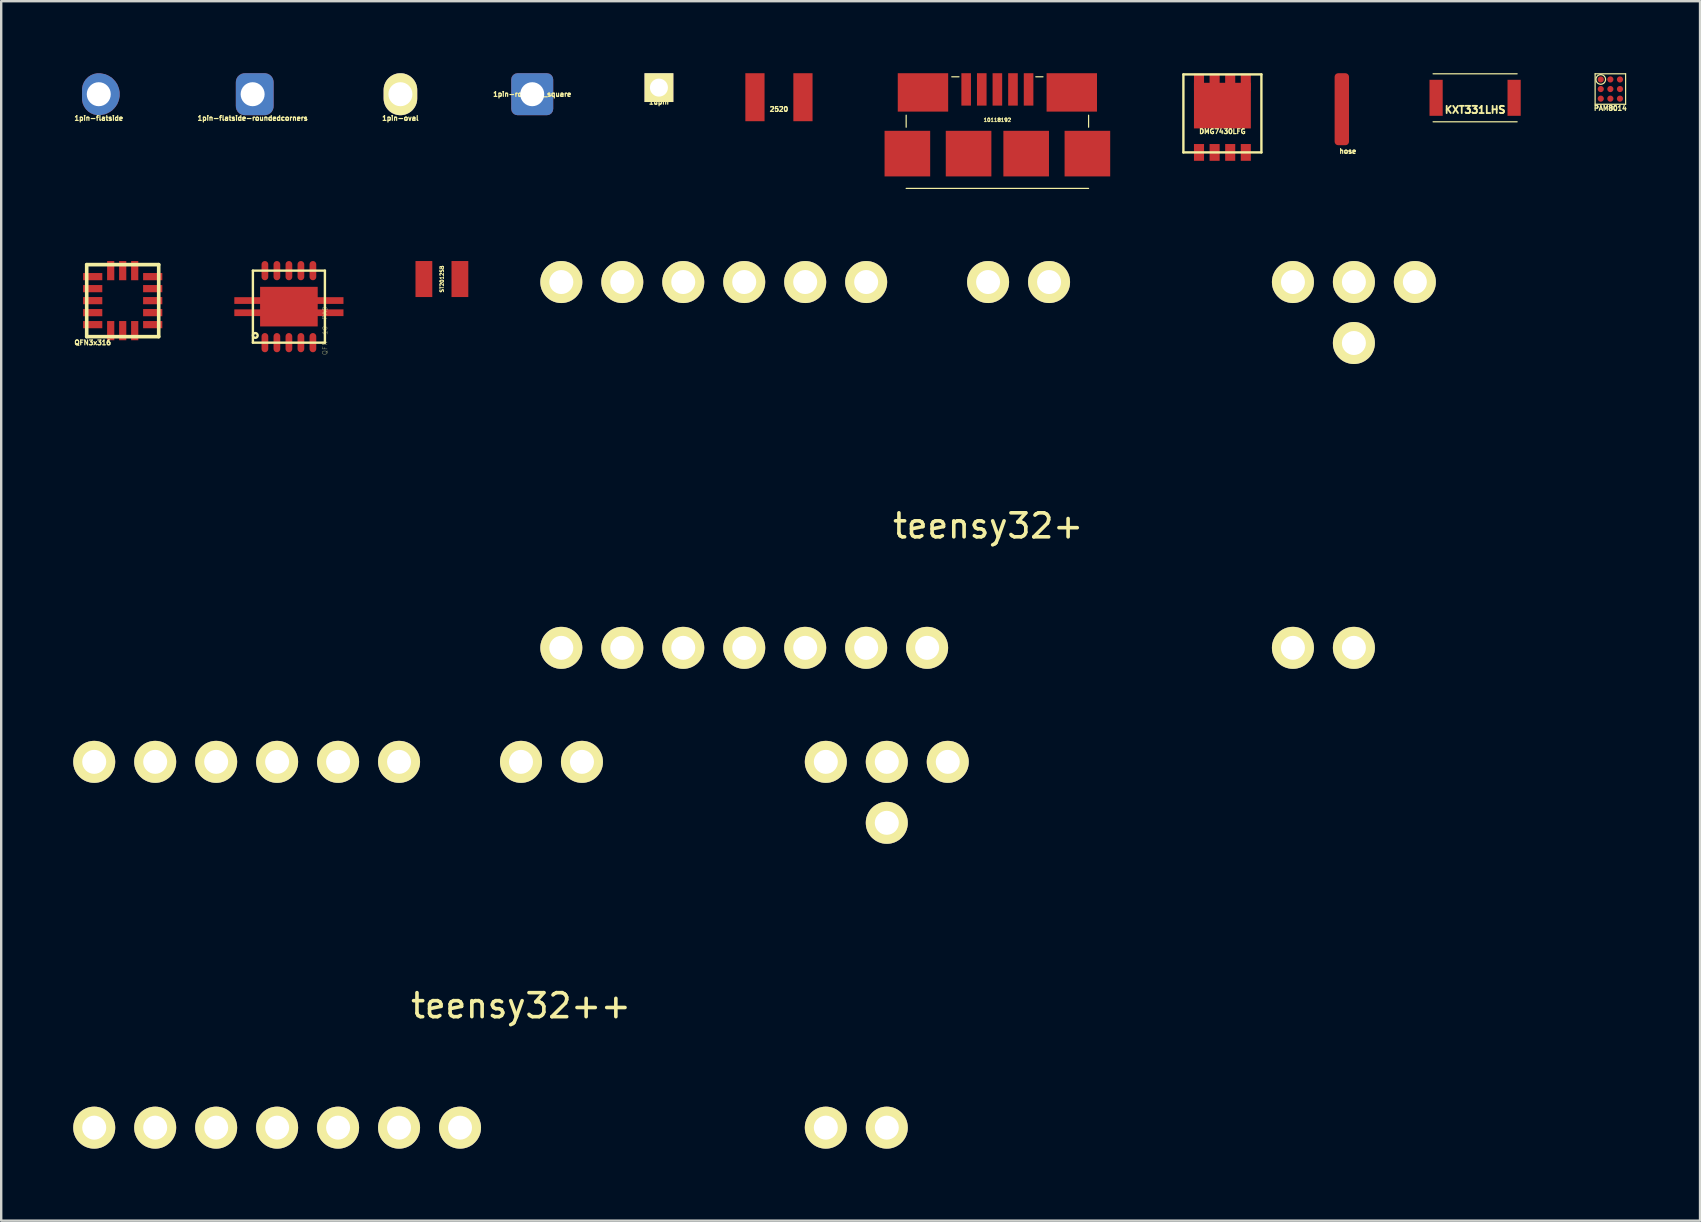
<source format=kicad_pcb>
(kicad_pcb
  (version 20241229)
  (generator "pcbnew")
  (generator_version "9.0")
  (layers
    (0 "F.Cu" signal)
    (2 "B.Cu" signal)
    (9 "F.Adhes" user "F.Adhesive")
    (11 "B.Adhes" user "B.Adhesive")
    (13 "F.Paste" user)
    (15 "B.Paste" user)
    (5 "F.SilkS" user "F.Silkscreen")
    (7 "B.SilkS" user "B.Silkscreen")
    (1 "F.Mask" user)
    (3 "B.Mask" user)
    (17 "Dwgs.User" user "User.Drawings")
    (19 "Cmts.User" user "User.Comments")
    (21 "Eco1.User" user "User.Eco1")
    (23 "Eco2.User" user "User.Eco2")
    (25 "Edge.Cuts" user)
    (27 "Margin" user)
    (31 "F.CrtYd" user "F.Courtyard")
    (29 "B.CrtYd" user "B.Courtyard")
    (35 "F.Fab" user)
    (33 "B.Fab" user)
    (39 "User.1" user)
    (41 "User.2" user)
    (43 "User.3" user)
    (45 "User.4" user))
  (footprint "teensy32++"
    (layer "F.Cu")
    (at 18.655 36.31)
    (property "Reference" "teensy32++" (at 0 2.54 0) (layer "F.SilkS") (effects (font (size 1 1) (thickness 0.15))))
    (attr through_hole)
    (pad "0" thru_hole circle (at -15.24 7.62) (size 1.75 1.75) (drill 1) (layers "*.Cu" "*.Mask" "F.SilkS"))
    (pad "1" thru_hole circle (at -12.7 7.62) (size 1.75 1.75) (drill 1) (layers "*.Cu" "*.Mask" "F.SilkS"))
    (pad "2" thru_hole circle (at -10.16 7.62) (size 1.75 1.75) (drill 1) (layers "*.Cu" "*.Mask" "F.SilkS"))
    (pad "3" thru_hole circle (at -7.62 7.62) (size 1.75 1.75) (drill 1) (layers "*.Cu" "*.Mask" "F.SilkS"))
    (pad "4" thru_hole circle (at -5.08 7.62) (size 1.75 1.75) (drill 1) (layers "*.Cu" "*.Mask" "F.SilkS"))
    (pad "5" thru_hole circle (at -2.54 7.62) (size 1.75 1.75) (drill 1) (layers "*.Cu" "*.Mask" "F.SilkS"))
    (pad "11" thru_hole circle (at 12.7 7.62) (size 1.75 1.75) (drill 1) (layers "*.Cu" "*.Mask" "F.SilkS"))
    (pad "12" thru_hole circle (at 15.24 7.62) (size 1.75 1.75) (drill 1) (layers "*.Cu" "*.Mask" "F.SilkS"))
    (pad "13" thru_hole circle (at 15.24 -7.62) (size 1.75 1.75) (drill 1) (layers "*.Cu" "*.Mask" "F.SilkS"))
    (pad "14" thru_hole circle (at 12.7 -7.62) (size 1.75 1.75) (drill 1) (layers "*.Cu" "*.Mask" "F.SilkS"))
    (pad "18" thru_hole circle (at 2.54 -7.62) (size 1.75 1.75) (drill 1) (layers "*.Cu" "*.Mask" "F.SilkS"))
    (pad "19" thru_hole circle (at 0 -7.62) (size 1.75 1.75) (drill 1) (layers "*.Cu" "*.Mask" "F.SilkS"))
    (pad "21" thru_hole circle (at -5.08 -7.62) (size 1.75 1.75) (drill 1) (layers "*.Cu" "*.Mask" "F.SilkS"))
    (pad "22" thru_hole circle (at -7.62 -7.62) (size 1.75 1.75) (drill 1) (layers "*.Cu" "*.Mask" "F.SilkS"))
    (pad "23" thru_hole circle (at -10.16 -7.62) (size 1.75 1.75) (drill 1) (layers "*.Cu" "*.Mask" "F.SilkS"))
    (pad "24" thru_hole circle (at -12.7 -7.62) (size 1.75 1.75) (drill 1) (layers "*.Cu" "*.Mask" "F.SilkS"))
    (pad "25" thru_hole circle (at -15.24 -7.62) (size 1.75 1.75) (drill 1) (layers "*.Cu" "*.Mask" "F.SilkS"))
    (pad "26" thru_hole circle (at -17.78 -7.62) (size 1.75 1.75) (drill 1) (layers "*.Cu" "*.Mask" "F.SilkS"))
    (pad "27" thru_hole circle (at -17.78 7.62) (size 1.75 1.75) (drill 1) (layers "*.Cu" "*.Mask" "F.SilkS"))
    (pad "28" thru_hole circle (at 15.24 -5.08) (size 1.75 1.75) (drill 1) (layers "*.Cu" "*.Mask" "F.SilkS"))
    (pad "28" thru_hole circle (at 17.78 -7.62) (size 1.75 1.75) (drill 1) (layers "*.Cu" "*.Mask" "F.SilkS")))
  (footprint "ST2012SB"
    (layer "F.Cu")
    (at 15.36 8.575)
    (property "Reference" "ST2012SB" (at 0 0 90) (layer "F.SilkS") (effects (font (size 0.15 0.15) (thickness 0.037))))
    (attr smd)
    (pad "1" smd rect (at -0.75 0) (size 0.7 1.5) (layers "F.Cu" "F.Mask" "F.Paste"))
    (pad "2" smd rect (at 0.75 0) (size 0.7 1.5) (layers "F.Cu" "F.Mask" "F.Paste")))
  (footprint "teensy32+"
    (layer "F.Cu")
    (at 38.115 16.32)
    (property "Reference" "teensy32+" (at 0 2.54 0) (layer "F.SilkS") (effects (font (size 1 1) (thickness 0.15))))
    (attr through_hole)
    (pad "0" thru_hole circle (at -15.24 7.62) (size 1.75 1.75) (drill 1) (layers "*.Cu" "*.Mask" "F.SilkS"))
    (pad "1" thru_hole circle (at -12.7 7.62) (size 1.75 1.75) (drill 1) (layers "*.Cu" "*.Mask" "F.SilkS"))
    (pad "2" thru_hole circle (at -10.16 7.62) (size 1.75 1.75) (drill 1) (layers "*.Cu" "*.Mask" "F.SilkS"))
    (pad "3" thru_hole circle (at -7.62 7.62) (size 1.75 1.75) (drill 1) (layers "*.Cu" "*.Mask" "F.SilkS"))
    (pad "4" thru_hole circle (at -5.08 7.62) (size 1.75 1.75) (drill 1) (layers "*.Cu" "*.Mask" "F.SilkS"))
    (pad "5" thru_hole circle (at -2.54 7.62) (size 1.75 1.75) (drill 1) (layers "*.Cu" "*.Mask" "F.SilkS"))
    (pad "11" thru_hole circle (at 12.7 7.62) (size 1.75 1.75) (drill 1) (layers "*.Cu" "*.Mask" "F.SilkS"))
    (pad "12" thru_hole circle (at 15.24 7.62) (size 1.75 1.75) (drill 1) (layers "*.Cu" "*.Mask" "F.SilkS"))
    (pad "13" thru_hole circle (at 15.24 -7.62) (size 1.75 1.75) (drill 1) (layers "*.Cu" "*.Mask" "F.SilkS"))
    (pad "14" thru_hole circle (at 12.7 -7.62) (size 1.75 1.75) (drill 1) (layers "*.Cu" "*.Mask" "F.SilkS"))
    (pad "18" thru_hole circle (at 2.54 -7.62) (size 1.75 1.75) (drill 1) (layers "*.Cu" "*.Mask" "F.SilkS"))
    (pad "19" thru_hole circle (at 0 -7.62) (size 1.75 1.75) (drill 1) (layers "*.Cu" "*.Mask" "F.SilkS"))
    (pad "21" thru_hole circle (at -5.08 -7.62) (size 1.75 1.75) (drill 1) (layers "*.Cu" "*.Mask" "F.SilkS"))
    (pad "22" thru_hole circle (at -7.62 -7.62) (size 1.75 1.75) (drill 1) (layers "*.Cu" "*.Mask" "F.SilkS"))
    (pad "23" thru_hole circle (at -10.16 -7.62) (size 1.75 1.75) (drill 1) (layers "*.Cu" "*.Mask" "F.SilkS"))
    (pad "24" thru_hole circle (at -12.7 -7.62) (size 1.75 1.75) (drill 1) (layers "*.Cu" "*.Mask" "F.SilkS"))
    (pad "25" thru_hole circle (at -15.24 -7.62) (size 1.75 1.75) (drill 1) (layers "*.Cu" "*.Mask" "F.SilkS"))
    (pad "26" thru_hole circle (at -17.78 -7.62) (size 1.75 1.75) (drill 1) (layers "*.Cu" "*.Mask" "F.SilkS"))
    (pad "27" thru_hole circle (at -17.78 7.62) (size 1.75 1.75) (drill 1) (layers "*.Cu" "*.Mask" "F.SilkS"))
    (pad "28" thru_hole circle (at 15.24 -5.08) (size 1.75 1.75) (drill 1) (layers "*.Cu" "*.Mask" "F.SilkS"))
    (pad "28" thru_hole circle (at 17.78 -7.62) (size 1.75 1.75) (drill 1) (layers "*.Cu" "*.Mask" "F.SilkS")))
  (footprint "DMG7430LFG"
    (layer "F.Cu")
    (at 47.877 1.675)
    (property "Reference" "DMG7430LFG" (at 0 0.75 0) (layer "F.SilkS") (effects (font (size 0.2 0.2) (thickness 0.05))))
    (attr smd)
    (fp_line (start -1.625 -1.625) (end -1.625 1.625) (stroke (width 0.1) (type solid)) (layer "F.SilkS"))
    (fp_line (start -1.625 1.625) (end 1.625 1.625) (stroke (width 0.1) (type solid)) (layer "F.SilkS"))
    (fp_line (start 1.625 -1.625) (end -1.625 -1.625) (stroke (width 0.1) (type solid)) (layer "F.SilkS"))
    (fp_line (start 1.625 1.625) (end 1.625 -1.625) (stroke (width 0.1) (type solid)) (layer "F.SilkS"))
    (pad "1" smd rect (at -0.975 -1.3) (size 0.42 0.7) (layers "F.Cu" "F.Mask" "F.Paste"))
    (pad "1" smd rect (at -0.325 -1.3) (size 0.42 0.7) (layers "F.Cu" "F.Mask" "F.Paste"))
    (pad "1" smd rect (at 0 -0.325) (size 2.37 1.9) (layers "F.Cu" "F.Mask" "F.Paste"))
    (pad "1" smd rect (at 0.325 -1.3) (size 0.42 0.7) (layers "F.Cu" "F.Mask" "F.Paste"))
    (pad "1" smd rect (at 0.975 -1.3) (size 0.42 0.7) (layers "F.Cu" "F.Mask" "F.Paste"))
    (pad "2" smd rect (at 0.975 1.625) (size 0.42 0.7) (layers "F.Cu" "F.Mask" "F.Paste"))
    (pad "3" smd rect (at -0.975 1.625) (size 0.42 0.7) (layers "F.Cu" "F.Mask" "F.Paste"))
    (pad "3" smd rect (at -0.325 1.625) (size 0.42 0.7) (layers "F.Cu" "F.Mask" "F.Paste"))
    (pad "3" smd rect (at 0.325 1.625) (size 0.42 0.7) (layers "F.Cu" "F.Mask" "F.Paste")))
  (footprint "QFN3x316"
    (layer "F.Cu")
    (at 2.062 9.475)
    (property "Reference" "QFN3x316" (at -1.25 1.75 0) (layer "F.SilkS") (effects (font (size 0.2 0.2) (thickness 0.05))))
    (attr smd)
    (fp_line (start -1.5 -1.5) (end 1.5 -1.5) (stroke (width 0.15) (type solid)) (layer "F.SilkS"))
    (fp_line (start -1.5 1.5) (end -1.5 -1.5) (stroke (width 0.15) (type solid)) (layer "F.SilkS"))
    (fp_line (start 1.5 -1.5) (end 1.5 1.5) (stroke (width 0.15) (type solid)) (layer "F.SilkS"))
    (fp_line (start 1.5 1.5) (end -1.5 1.5) (stroke (width 0.15) (type solid)) (layer "F.SilkS"))
    (pad "1" smd rect (at -1.25 -1) (size 0.8 0.3) (layers "F.Cu" "F.Mask" "F.Paste"))
    (pad "2" smd rect (at -1.25 -0.5) (size 0.8 0.3) (layers "F.Cu" "F.Mask" "F.Paste"))
    (pad "3" smd rect (at -1.25 0) (size 0.8 0.3) (layers "F.Cu" "F.Mask" "F.Paste"))
    (pad "4" smd rect (at -1.25 0.5) (size 0.8 0.3) (layers "F.Cu" "F.Mask" "F.Paste"))
    (pad "5" smd rect (at -1.25 1) (size 0.8 0.3) (layers "F.Cu" "F.Mask" "F.Paste"))
    (pad "6" smd rect (at -0.5 1.25) (size 0.3 0.8) (layers "F.Cu" "F.Mask" "F.Paste"))
    (pad "7" smd rect (at 0 1.25) (size 0.3 0.8) (layers "F.Cu" "F.Mask" "F.Paste"))
    (pad "8" smd rect (at 0.5 1.25) (size 0.3 0.8) (layers "F.Cu" "F.Mask" "F.Paste"))
    (pad "9" smd rect (at 1.25 1) (size 0.8 0.3) (layers "F.Cu" "F.Mask" "F.Paste"))
    (pad "10" smd rect (at 1.25 0.5) (size 0.8 0.3) (layers "F.Cu" "F.Mask" "F.Paste"))
    (pad "11" smd rect (at 1.25 0) (size 0.8 0.3) (layers "F.Cu" "F.Mask" "F.Paste"))
    (pad "12" smd rect (at 1.25 -0.5) (size 0.8 0.3) (layers "F.Cu" "F.Mask" "F.Paste"))
    (pad "13" smd rect (at 1.25 -1) (size 0.8 0.3) (layers "F.Cu" "F.Mask" "F.Paste"))
    (pad "14" smd rect (at 0.5 -1.25) (size 0.3 0.8) (layers "F.Cu" "F.Mask" "F.Paste"))
    (pad "15" smd rect (at 0 -1.25) (size 0.3 0.8) (layers "F.Cu" "F.Mask" "F.Paste"))
    (pad "16" smd rect (at -0.5 -1.25) (size 0.3 0.8) (layers "F.Cu" "F.Mask" "F.Paste")))
  (footprint "2520"
    (layer "F.Cu")
    (at 29.402 1)
    (property "Reference" "2520" (at 0 0.5 0) (layer "F.SilkS") (effects (font (size 0.2 0.2) (thickness 0.05))))
    (attr smd)
    (pad "1" smd rect (at -1 0) (size 0.8 2) (layers "F.Cu" "F.Mask" "F.Paste"))
    (pad "2" smd rect (at 1 0) (size 0.8 2) (layers "F.Cu" "F.Mask" "F.Paste")))
  (footprint "1upin"
    (layer "F.Cu")
    (at 24.402 0.6)
    (property "Reference" "1upin" (at 0 0.6 0) (layer "F.SilkS") (effects (font (size 0.2 0.2) (thickness 0.05))))
    (attr exclude_from_pos_files exclude_from_bom)
    (pad "1" thru_hole rect (at 0 0) (size 1.2 1.2) (drill 0.75) (layers "*.Cu" "*.Mask" "F.SilkS")))
  (footprint "QFN-10-PAD"
    (layer "F.Cu")
    (at 8.986 9.725)
    (property "Reference" "QFN-10-PAD" (at 1.5 1 90) (layer "F.SilkS") (effects (font (size 0.2 0.2) (thickness 0.01))))
    (attr smd)
    (fp_line (start -1.5 -1.5) (end 1.5 -1.5) (stroke (width 0.1) (type solid)) (layer "F.SilkS"))
    (fp_line (start -1.5 1.5) (end -1.5 -1.5) (stroke (width 0.1) (type solid)) (layer "F.SilkS"))
    (fp_line (start 1.5 -1.5) (end 1.5 1.5) (stroke (width 0.1) (type solid)) (layer "F.SilkS"))
    (fp_line (start 1.5 1.5) (end -1.5 1.5) (stroke (width 0.1) (type solid)) (layer "F.SilkS"))
    (fp_circle (center -1.4 1.2) (end -1.5 1.2) (stroke (width 0.1) (type solid)) (fill no) (layer "F.SilkS"))
    (pad "1" smd oval (at -1 1.5) (size 0.28 0.8) (layers "F.Cu" "F.Mask" "F.Paste"))
    (pad "2" smd oval (at -0.5 1.5) (size 0.28 0.8) (layers "F.Cu" "F.Mask" "F.Paste"))
    (pad "3" smd oval (at 0 1.5) (size 0.28 0.8) (layers "F.Cu" "F.Mask" "F.Paste"))
    (pad "4" smd oval (at 0.5 1.5) (size 0.28 0.8) (layers "F.Cu" "F.Mask" "F.Paste"))
    (pad "5" smd oval (at 1 1.5) (size 0.28 0.8) (layers "F.Cu" "F.Mask" "F.Paste"))
    (pad "6" smd oval (at 1 -1.5) (size 0.28 0.8) (layers "F.Cu" "F.Mask" "F.Paste"))
    (pad "7" smd oval (at 0.5 -1.5) (size 0.28 0.8) (layers "F.Cu" "F.Mask" "F.Paste"))
    (pad "8" smd oval (at 0 -1.5) (size 0.28 0.8) (layers "F.Cu" "F.Mask" "F.Paste"))
    (pad "9" smd oval (at -0.5 -1.5) (size 0.28 0.8) (layers "F.Cu" "F.Mask" "F.Paste"))
    (pad "10" smd oval (at -1 -1.5) (size 0.28 0.8) (layers "F.Cu" "F.Mask" "F.Paste"))
    (pad "11" smd rect (at 0 0) (size 2.4 1.65) (layers "F.Cu" "F.Mask" "F.Paste"))
    (pad "12" smd rect (at -1.524 -0.254) (size 1.5 0.28) (layers "F.Cu" "F.Mask" "F.Paste"))
    (pad "13" smd rect (at -1.524 0.254) (size 1.5 0.28) (layers "F.Cu" "F.Mask" "F.Paste"))
    (pad "14" smd rect (at 1.524 -0.254) (size 1.5 0.28) (layers "F.Cu" "F.Mask" "F.Paste"))
    (pad "15" smd rect (at 1.524 0.254) (size 1.5 0.28) (layers "F.Cu" "F.Mask" "F.Paste")))
  (footprint "1pin-rounded_square"
    (layer "F.Cu")
    (at 19.123 0.875)
    (property "Reference" "1pin-rounded_square" (at 0 0 0) (layer "F.SilkS") (effects (font (size 0.2 0.2) (thickness 0.05))))
    (attr through_hole)
    (pad "1" thru_hole roundrect (at 0 0) (size 1.75 1.75) (drill 1) (layers "*.Cu" "*.Mask") (roundrect_rratio 0.15)))
  (footprint "10118192"
    (layer "F.Cu")
    (at 38.502 3.35)
    (property "Reference" "10118192" (at 0 -1.4 0) (layer "F.SilkS") (effects (font (size 0.15 0.15) (thickness 0.037))))
    (attr smd)
    (fp_line (start -3.8 -1.6) (end -3.8 -1.1) (stroke (width 0.05) (type solid)) (layer "F.SilkS"))
    (fp_line (start -1.9 -3.2) (end -1.6 -3.2) (stroke (width 0.05) (type solid)) (layer "F.SilkS"))
    (fp_line (start 1.6 -3.2) (end 1.9 -3.2) (stroke (width 0.05) (type solid)) (layer "F.SilkS"))
    (fp_line (start 3.8 -1.6) (end 3.8 -1.1) (stroke (width 0.05) (type solid)) (layer "F.SilkS"))
    (fp_line (start 3.8 1.45) (end -3.8 1.45) (stroke (width 0.05) (type solid)) (layer "F.SilkS"))
    (pad "1" smd rect (at -1.3 -2.675) (size 0.4 1.35) (layers "F.Cu" "F.Mask" "F.Paste"))
    (pad "2" smd rect (at -0.65 -2.675) (size 0.4 1.35) (layers "F.Cu" "F.Mask" "F.Paste"))
    (pad "3" smd rect (at 0 -2.675) (size 0.4 1.35) (layers "F.Cu" "F.Mask" "F.Paste"))
    (pad "4" smd rect (at 0.65 -2.675) (size 0.4 1.35) (layers "F.Cu" "F.Mask" "F.Paste"))
    (pad "5" smd rect (at 1.3 -2.675) (size 0.4 1.35) (layers "F.Cu" "F.Mask" "F.Paste"))
    (pad "6" smd rect (at -3.75 0) (size 1.9 1.9) (layers "F.Cu" "F.Mask" "F.Paste"))
    (pad "6" smd rect (at -3.1 -2.55) (size 2.1 1.6) (layers "F.Cu" "F.Mask" "F.Paste"))
    (pad "6" smd rect (at -1.2 0) (size 1.9 1.9) (layers "F.Cu" "F.Mask" "F.Paste"))
    (pad "6" smd rect (at 1.2 0) (size 1.9 1.9) (layers "F.Cu" "F.Mask" "F.Paste"))
    (pad "6" smd rect (at 3.1 -2.55) (size 2.1 1.6) (layers "F.Cu" "F.Mask" "F.Paste"))
    (pad "6" smd rect (at 3.75 0) (size 1.9 1.9) (layers "F.Cu" "F.Mask" "F.Paste")))
  (footprint "1pin-oval"
    (layer "F.Cu")
    (at 13.632 0.875)
    (property "Reference" "1pin-oval" (at 0 1 0) (layer "F.SilkS") (effects (font (size 0.2 0.2) (thickness 0.05))))
    (attr through_hole)
    (pad "1" thru_hole oval (at 0 0) (size 1.4 1.75) (drill 1) (layers "*.Cu" "*.Mask" "F.SilkS")))
  (footprint "PAM8014"
    (layer "F.Cu")
    (at 64.04 0.66)
    (property "Reference" "PAM8014" (at 0 0.8 0) (layer "F.SilkS") (effects (font (size 0.2 0.2) (thickness 0.05))))
    (attr through_hole)
    (fp_line (start -0.635 -0.635) (end 0.635 -0.635) (stroke (width 0.05) (type solid)) (layer "F.SilkS"))
    (fp_line (start -0.635 0.635) (end -0.635 -0.635) (stroke (width 0.05) (type solid)) (layer "F.SilkS"))
    (fp_line (start 0.635 -0.635) (end 0.635 0.635) (stroke (width 0.05) (type solid)) (layer "F.SilkS"))
    (fp_line (start 0.635 0.635) (end -0.635 0.635) (stroke (width 0.05) (type solid)) (layer "F.SilkS"))
    (fp_circle (center -0.4 -0.4) (end -0.6 -0.4) (stroke (width 0.05) (type solid)) (fill no) (layer "F.SilkS"))
    (pad "A1" smd circle (at -0.4 -0.4) (size 0.258 0.258) (layers "F.Cu" "F.Mask" "F.Paste"))
    (pad "A2" smd circle (at 0 -0.4) (size 0.258 0.258) (layers "F.Cu" "F.Mask" "F.Paste"))
    (pad "A3" smd circle (at 0.4 -0.4) (size 0.258 0.258) (layers "F.Cu" "F.Mask" "F.Paste"))
    (pad "B1" smd circle (at -0.4 0) (size 0.258 0.258) (layers "F.Cu" "F.Mask" "F.Paste"))
    (pad "B2" smd circle (at 0 0) (size 0.258 0.258) (layers "F.Cu" "F.Mask" "F.Paste"))
    (pad "B3" smd circle (at 0.4 0) (size 0.258 0.258) (layers "F.Cu" "F.Mask" "F.Paste"))
    (pad "C1" smd circle (at -0.4 0.4) (size 0.258 0.258) (layers "F.Cu" "F.Mask" "F.Paste"))
    (pad "C2" smd circle (at 0 0.4) (size 0.258 0.258) (layers "F.Cu" "F.Mask" "F.Paste"))
    (pad "C3" smd circle (at 0.4 0.4) (size 0.258 0.258) (layers "F.Cu" "F.Mask" "F.Paste")))
  (footprint "KXT331LHS"
    (layer "F.Cu")
    (at 58.405 1.025)
    (property "Reference" "KXT331LHS" (at 0 0.5 0) (layer "F.SilkS") (effects (font (size 0.3 0.3) (thickness 0.075))))
    (attr smd)
    (fp_line (start 1.75 -1) (end -1.75 -1) (stroke (width 0.05) (type solid)) (layer "F.SilkS"))
    (fp_line (start 1.75 1) (end -1.75 1) (stroke (width 0.05) (type solid)) (layer "F.SilkS"))
    (pad "1" smd rect (at -1.625 0) (size 0.55 1.5) (layers "F.Cu" "F.Mask" "F.Paste"))
    (pad "2" smd rect (at 1.625 0) (size 0.55 1.5) (layers "F.Cu" "F.Mask" "F.Paste")))
  (footprint "hose"
    (layer "F.Cu")
    (at 52.852 1.5)
    (property "Reference" "hose" (at 0.25 1.75 0) (layer "F.SilkS") (effects (font (size 0.2 0.2) (thickness 0.05))))
    (attr smd)
    (pad "1" smd roundrect (at 0 0) (size 0.6 3) (layers "F.Cu" "F.Mask" "F.Paste") (roundrect_rratio 0.25)))
  (footprint "1pin-flatside-roundedcorners"
    (layer "F.Cu")
    (at 7.475 0.875)
    (property "Reference" "1pin-flatside-roundedcorners" (at 0 1 0) (layer "F.SilkS") (effects (font (size 0.2 0.2) (thickness 0.05))))
    (attr through_hole)
    (pad "1" thru_hole custom (at 0 0) (size 1.4 1.4) (drill 1) (layers "*.Cu" "*.Mask") (options (anchor circle)) (primitives (gr_circle (center 0.5 0.5) (end 0.875 0.5) (width 0) (fill yes)) (gr_circle (center 0.5 -0.5) (end 0.875 -0.5) (width 0) (fill yes)) (gr_circle (center -0.325 -0.5) (end 0.05 -0.5) (width 0) (fill yes)) (gr_circle (center -0.325 0.5) (end 0.05 0.5) (width 0) (fill yes)) (gr_poly (pts (xy 0.5 0.875) (xy 0.875 0.5) (xy 0.875 -0.5) (xy 0.5 -0.875) (xy -0.325 -0.875) (xy -0.7 -0.5) (xy -0.7 0.5) (xy -0.325 0.875)) (width 0) (fill yes)))))
  (footprint "1pin-flatside"
    (layer "F.Cu")
    (at 1.065 0.875)
    (property "Reference" "1pin-flatside" (at 0 1 0) (layer "F.SilkS") (effects (font (size 0.2 0.2) (thickness 0.05))))
    (attr through_hole)
    (pad "1" thru_hole custom (at 0 0) (size 1.4 1.4) (drill 1) (layers "*.Cu" "*.Mask") (options (anchor circle)) (primitives (gr_circle (center 0 0.175) (end 0.7 0.175) (width 0) (fill yes)) (gr_circle (center 0 -0.175) (end 0.7 -0.175) (width 0) (fill yes)) (gr_circle (center 0.087 0) (end 0.875 0) (width 0) (fill yes)) (gr_circle (center 0.06 0.164) (end 0.76 0.164) (width 0) (fill yes)) (gr_circle (center 0.112 0.134) (end 0.812 0.134) (width 0) (fill yes)) (gr_circle (center 0.152 0.087) (end 0.852 0.087) (width 0) (fill yes)) (gr_circle (center 0.172 0.03) (end 0.872 0.03) (width 0) (fill yes)) (gr_circle (center 0.172 -0.03) (end 0.872 -0.03) (width 0) (fill yes)) (gr_circle (center 0.152 -0.087) (end 0.852 -0.087) (width 0) (fill yes)) (gr_circle (center 0.112 -0.134) (end 0.812 -0.134) (width 0) (fill yes)) (gr_circle (center 0.06 -0.164) (end 0.76 -0.164) (width 0) (fill yes)) (gr_circle (center 0 -0.175) (end 0.7 -0.175) (width 0) (fill yes)))))
  (gr_rect
    (start -3 -3)
    (end 67.776 47.805)
    (stroke (width 0.1) (type default))
    (fill no)
    (layer "Edge.Cuts")))
</source>
